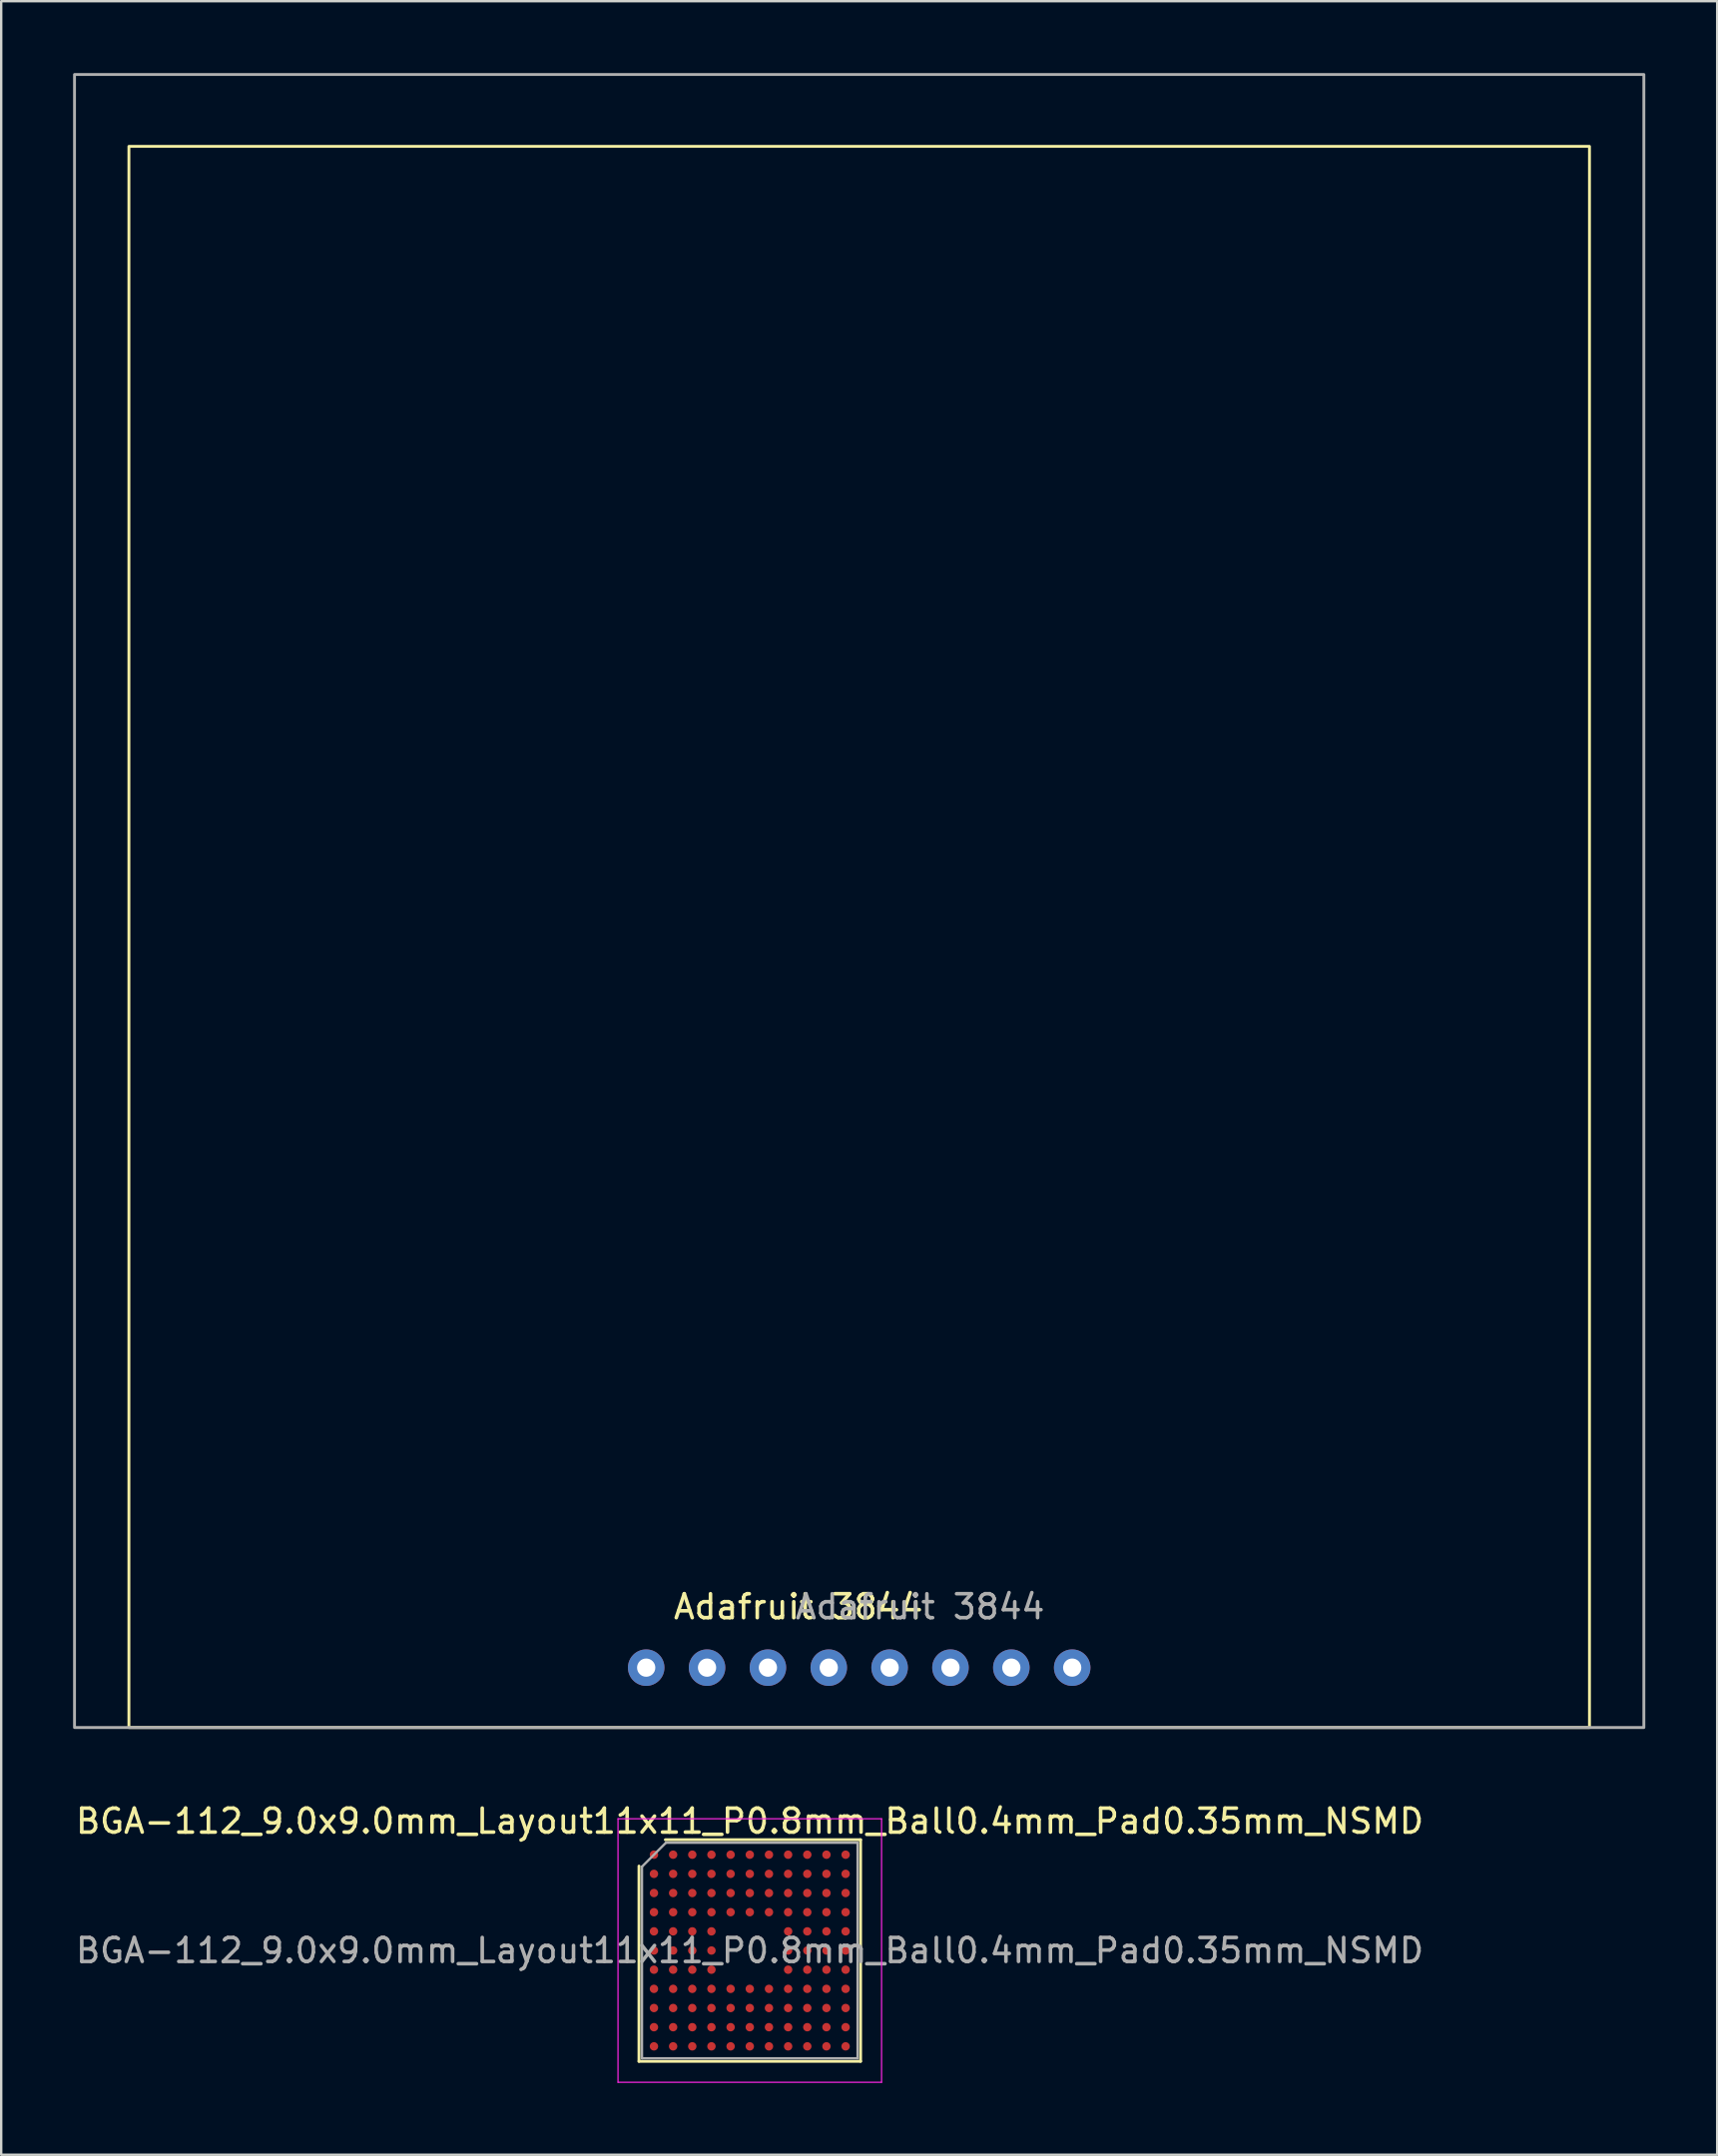
<source format=kicad_pcb>
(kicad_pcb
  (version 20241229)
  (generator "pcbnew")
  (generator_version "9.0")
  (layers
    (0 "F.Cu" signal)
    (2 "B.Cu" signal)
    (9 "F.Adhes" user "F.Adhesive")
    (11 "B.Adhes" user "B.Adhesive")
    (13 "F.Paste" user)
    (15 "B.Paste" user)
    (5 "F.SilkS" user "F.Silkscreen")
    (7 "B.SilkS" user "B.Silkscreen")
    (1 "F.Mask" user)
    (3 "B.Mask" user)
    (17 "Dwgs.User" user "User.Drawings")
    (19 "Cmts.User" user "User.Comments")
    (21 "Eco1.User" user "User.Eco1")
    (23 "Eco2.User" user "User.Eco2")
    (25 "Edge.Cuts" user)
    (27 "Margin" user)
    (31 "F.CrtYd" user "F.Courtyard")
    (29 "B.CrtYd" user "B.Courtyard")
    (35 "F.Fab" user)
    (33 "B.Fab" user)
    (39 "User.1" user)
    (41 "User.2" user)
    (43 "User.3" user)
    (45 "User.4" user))
  (footprint "Adafruit 3844"
    (layer "F.Cu")
    (at 32.81 66.56)
    (property "Reference" "Adafruit 3844" (at -2.54 -2.54 0) (unlocked yes) (layer "F.SilkS") (effects (font (size 1 1) (thickness 0.15))))
    (attr through_hole)
    (fp_rect (start -30.48 -63.5) (end 30.48 2.5) (stroke (width 0.12) (type solid)) (fill no) (layer "F.SilkS"))
    (fp_rect (start -32.75 -66.5) (end 32.75 2.5) (stroke (width 0.12) (type solid)) (fill no) (layer "F.Fab"))
    (fp_text user "${REFERENCE}" (at 2.54 -2.54 0) (unlocked yes) (layer "F.Fab") (effects (font (size 1 1) (thickness 0.15))))
    (pad "1" thru_hole circle (at -8.89 0) (size 1.524 1.524) (drill 0.762) (layers "*.Cu" "*.Mask") (remove_unused_layers yes) (keep_end_layers yes) (zone_layer_connections))
    (pad "2" thru_hole circle (at -6.35 0) (size 1.524 1.524) (drill 0.762) (layers "*.Cu" "*.Mask") (remove_unused_layers yes) (keep_end_layers yes) (zone_layer_connections))
    (pad "3" thru_hole circle (at -3.81 0) (size 1.524 1.524) (drill 0.762) (layers "*.Cu" "*.Mask") (remove_unused_layers yes) (keep_end_layers yes) (zone_layer_connections))
    (pad "4" thru_hole circle (at -1.27 0) (size 1.524 1.524) (drill 0.762) (layers "*.Cu" "*.Mask") (remove_unused_layers yes) (keep_end_layers yes) (zone_layer_connections))
    (pad "5" thru_hole circle (at 1.27 0) (size 1.524 1.524) (drill 0.762) (layers "*.Cu" "*.Mask") (remove_unused_layers yes) (keep_end_layers yes) (zone_layer_connections))
    (pad "6" thru_hole circle (at 3.81 0) (size 1.524 1.524) (drill 0.762) (layers "*.Cu" "*.Mask") (remove_unused_layers yes) (keep_end_layers yes) (zone_layer_connections))
    (pad "7" thru_hole circle (at 6.35 0) (size 1.524 1.524) (drill 0.762) (layers "*.Cu" "*.Mask") (remove_unused_layers yes) (keep_end_layers yes) (zone_layer_connections))
    (pad "8" thru_hole circle (at 8.89 0) (size 1.524 1.524) (drill 0.762) (layers "*.Cu" "*.Mask") (remove_unused_layers yes) (keep_end_layers yes) (zone_layer_connections)))
  (footprint "BGA-112_9.0x9.0mm_Layout11x11_P0.8mm_Ball0.4mm_Pad0.35mm_NSMD"
    (layer "F.Cu")
    (at 28.244 78.368)
    (property "Reference" "BGA-112_9.0x9.0mm_Layout11x11_P0.8mm_Ball0.4mm_Pad0.35mm_NSMD" (at 0 -5.4 0) (layer "F.SilkS") (effects (font (size 1 1) (thickness 0.15))))
    (attr smd)
    (fp_line (start -4.625 -3.525) (end -4.625 4.625) (stroke (width 0.12) (type solid)) (layer "F.SilkS"))
    (fp_line (start -4.625 4.625) (end 4.625 4.625) (stroke (width 0.12) (type solid)) (layer "F.SilkS"))
    (fp_line (start -3.525 -4.625) (end 4.625 -4.625) (stroke (width 0.12) (type solid)) (layer "F.SilkS"))
    (fp_line (start 4.625 -4.625) (end 4.625 4.625) (stroke (width 0.12) (type solid)) (layer "F.SilkS"))
    (fp_line (start -5.5 -5.5) (end -5.5 5.5) (stroke (width 0.05) (type solid)) (layer "F.CrtYd"))
    (fp_line (start -5.5 -5.5) (end 5.5 -5.5) (stroke (width 0.05) (type solid)) (layer "F.CrtYd"))
    (fp_line (start 5.5 -5.5) (end 5.5 5.5) (stroke (width 0.05) (type solid)) (layer "F.CrtYd"))
    (fp_line (start 5.5 5.5) (end -5.5 5.5) (stroke (width 0.05) (type solid)) (layer "F.CrtYd"))
    (fp_line (start -4.5 -3.5) (end -4.5 4.5) (stroke (width 0.1) (type solid)) (layer "F.Fab"))
    (fp_line (start -4.5 4.5) (end 4.5 4.5) (stroke (width 0.1) (type solid)) (layer "F.Fab"))
    (fp_line (start -3.5 -4.5) (end -4.5 -3.5) (stroke (width 0.1) (type solid)) (layer "F.Fab"))
    (fp_line (start -3.5 -4.5) (end 4.5 -4.5) (stroke (width 0.1) (type solid)) (layer "F.Fab"))
    (fp_line (start 4.5 4.5) (end 4.5 -4.5) (stroke (width 0.1) (type solid)) (layer "F.Fab"))
    (fp_text user "${REFERENCE}" (at 0 0 0) (layer "F.Fab") (effects (font (size 1 1) (thickness 0.15))))
    (pad "A1" smd circle (at -4 -4) (size 0.35 0.35) (layers "F.Cu" "F.Mask" "F.Paste"))
    (pad "A2" smd circle (at -3.2 -4) (size 0.35 0.35) (layers "F.Cu" "F.Mask" "F.Paste"))
    (pad "A3" smd circle (at -2.4 -4) (size 0.35 0.35) (layers "F.Cu" "F.Mask" "F.Paste"))
    (pad "A4" smd circle (at -1.6 -4) (size 0.35 0.35) (layers "F.Cu" "F.Mask" "F.Paste"))
    (pad "A5" smd circle (at -0.8 -4) (size 0.35 0.35) (layers "F.Cu" "F.Mask" "F.Paste"))
    (pad "A6" smd circle (at 0 -4) (size 0.35 0.35) (layers "F.Cu" "F.Mask" "F.Paste"))
    (pad "A7" smd circle (at 0.8 -4) (size 0.35 0.35) (layers "F.Cu" "F.Mask" "F.Paste"))
    (pad "A8" smd circle (at 1.6 -4) (size 0.35 0.35) (layers "F.Cu" "F.Mask" "F.Paste"))
    (pad "A9" smd circle (at 2.4 -4) (size 0.35 0.35) (layers "F.Cu" "F.Mask" "F.Paste"))
    (pad "A10" smd circle (at 3.2 -4) (size 0.35 0.35) (layers "F.Cu" "F.Mask" "F.Paste"))
    (pad "A11" smd circle (at 4 -4) (size 0.35 0.35) (layers "F.Cu" "F.Mask" "F.Paste"))
    (pad "B1" smd circle (at -4 -3.2) (size 0.35 0.35) (layers "F.Cu" "F.Mask" "F.Paste"))
    (pad "B2" smd circle (at -3.2 -3.2) (size 0.35 0.35) (layers "F.Cu" "F.Mask" "F.Paste"))
    (pad "B3" smd circle (at -2.4 -3.2) (size 0.35 0.35) (layers "F.Cu" "F.Mask" "F.Paste"))
    (pad "B4" smd circle (at -1.6 -3.2) (size 0.35 0.35) (layers "F.Cu" "F.Mask" "F.Paste"))
    (pad "B5" smd circle (at -0.8 -3.2) (size 0.35 0.35) (layers "F.Cu" "F.Mask" "F.Paste"))
    (pad "B6" smd circle (at 0 -3.2) (size 0.35 0.35) (layers "F.Cu" "F.Mask" "F.Paste"))
    (pad "B7" smd circle (at 0.8 -3.2) (size 0.35 0.35) (layers "F.Cu" "F.Mask" "F.Paste"))
    (pad "B8" smd circle (at 1.6 -3.2) (size 0.35 0.35) (layers "F.Cu" "F.Mask" "F.Paste"))
    (pad "B9" smd circle (at 2.4 -3.2) (size 0.35 0.35) (layers "F.Cu" "F.Mask" "F.Paste"))
    (pad "B10" smd circle (at 3.2 -3.2) (size 0.35 0.35) (layers "F.Cu" "F.Mask" "F.Paste"))
    (pad "B11" smd circle (at 4 -3.2) (size 0.35 0.35) (layers "F.Cu" "F.Mask" "F.Paste"))
    (pad "C1" smd circle (at -4 -2.4) (size 0.35 0.35) (layers "F.Cu" "F.Mask" "F.Paste"))
    (pad "C2" smd circle (at -3.2 -2.4) (size 0.35 0.35) (layers "F.Cu" "F.Mask" "F.Paste"))
    (pad "C3" smd circle (at -2.4 -2.4) (size 0.35 0.35) (layers "F.Cu" "F.Mask" "F.Paste"))
    (pad "C4" smd circle (at -1.6 -2.4) (size 0.35 0.35) (layers "F.Cu" "F.Mask" "F.Paste"))
    (pad "C5" smd circle (at -0.8 -2.4) (size 0.35 0.35) (layers "F.Cu" "F.Mask" "F.Paste"))
    (pad "C6" smd circle (at 0 -2.4) (size 0.35 0.35) (layers "F.Cu" "F.Mask" "F.Paste"))
    (pad "C7" smd circle (at 0.8 -2.4) (size 0.35 0.35) (layers "F.Cu" "F.Mask" "F.Paste"))
    (pad "C8" smd circle (at 1.6 -2.4) (size 0.35 0.35) (layers "F.Cu" "F.Mask" "F.Paste"))
    (pad "C9" smd circle (at 2.4 -2.4) (size 0.35 0.35) (layers "F.Cu" "F.Mask" "F.Paste"))
    (pad "C10" smd circle (at 3.2 -2.4) (size 0.35 0.35) (layers "F.Cu" "F.Mask" "F.Paste"))
    (pad "C11" smd circle (at 4 -2.4) (size 0.35 0.35) (layers "F.Cu" "F.Mask" "F.Paste"))
    (pad "D1" smd circle (at -4 -1.6) (size 0.35 0.35) (layers "F.Cu" "F.Mask" "F.Paste"))
    (pad "D2" smd circle (at -3.2 -1.6) (size 0.35 0.35) (layers "F.Cu" "F.Mask" "F.Paste"))
    (pad "D3" smd circle (at -2.4 -1.6) (size 0.35 0.35) (layers "F.Cu" "F.Mask" "F.Paste"))
    (pad "D4" smd circle (at -1.6 -1.6) (size 0.35 0.35) (layers "F.Cu" "F.Mask" "F.Paste"))
    (pad "D5" smd circle (at -0.8 -1.6) (size 0.35 0.35) (layers "F.Cu" "F.Mask" "F.Paste"))
    (pad "D6" smd circle (at 0 -1.6) (size 0.35 0.35) (layers "F.Cu" "F.Mask" "F.Paste"))
    (pad "D7" smd circle (at 0.8 -1.6) (size 0.35 0.35) (layers "F.Cu" "F.Mask" "F.Paste"))
    (pad "D8" smd circle (at 1.6 -1.6) (size 0.35 0.35) (layers "F.Cu" "F.Mask" "F.Paste"))
    (pad "D9" smd circle (at 2.4 -1.6) (size 0.35 0.35) (layers "F.Cu" "F.Mask" "F.Paste"))
    (pad "D10" smd circle (at 3.2 -1.6) (size 0.35 0.35) (layers "F.Cu" "F.Mask" "F.Paste"))
    (pad "D11" smd circle (at 4 -1.6) (size 0.35 0.35) (layers "F.Cu" "F.Mask" "F.Paste"))
    (pad "E1" smd circle (at -4 -0.8) (size 0.35 0.35) (layers "F.Cu" "F.Mask" "F.Paste"))
    (pad "E2" smd circle (at -3.2 -0.8) (size 0.35 0.35) (layers "F.Cu" "F.Mask" "F.Paste"))
    (pad "E3" smd circle (at -2.4 -0.8) (size 0.35 0.35) (layers "F.Cu" "F.Mask" "F.Paste"))
    (pad "E4" smd circle (at -1.6 -0.8) (size 0.35 0.35) (layers "F.Cu" "F.Mask" "F.Paste"))
    (pad "E8" smd circle (at 1.6 -0.8) (size 0.35 0.35) (layers "F.Cu" "F.Mask" "F.Paste"))
    (pad "E9" smd circle (at 2.4 -0.8) (size 0.35 0.35) (layers "F.Cu" "F.Mask" "F.Paste"))
    (pad "E10" smd circle (at 3.2 -0.8) (size 0.35 0.35) (layers "F.Cu" "F.Mask" "F.Paste"))
    (pad "E11" smd circle (at 4 -0.8) (size 0.35 0.35) (layers "F.Cu" "F.Mask" "F.Paste"))
    (pad "F1" smd circle (at -4 0) (size 0.35 0.35) (layers "F.Cu" "F.Mask" "F.Paste"))
    (pad "F2" smd circle (at -3.2 0) (size 0.35 0.35) (layers "F.Cu" "F.Mask" "F.Paste"))
    (pad "F3" smd circle (at -2.4 0) (size 0.35 0.35) (layers "F.Cu" "F.Mask" "F.Paste"))
    (pad "F4" smd circle (at -1.6 0) (size 0.35 0.35) (layers "F.Cu" "F.Mask" "F.Paste"))
    (pad "F8" smd circle (at 1.6 0) (size 0.35 0.35) (layers "F.Cu" "F.Mask" "F.Paste"))
    (pad "F9" smd circle (at 2.4 0) (size 0.35 0.35) (layers "F.Cu" "F.Mask" "F.Paste"))
    (pad "F10" smd circle (at 3.2 0) (size 0.35 0.35) (layers "F.Cu" "F.Mask" "F.Paste"))
    (pad "F11" smd circle (at 4 0) (size 0.35 0.35) (layers "F.Cu" "F.Mask" "F.Paste"))
    (pad "G1" smd circle (at -4 0.8) (size 0.35 0.35) (layers "F.Cu" "F.Mask" "F.Paste"))
    (pad "G2" smd circle (at -3.2 0.8) (size 0.35 0.35) (layers "F.Cu" "F.Mask" "F.Paste"))
    (pad "G3" smd circle (at -2.4 0.8) (size 0.35 0.35) (layers "F.Cu" "F.Mask" "F.Paste"))
    (pad "G4" smd circle (at -1.6 0.8) (size 0.35 0.35) (layers "F.Cu" "F.Mask" "F.Paste"))
    (pad "G8" smd circle (at 1.6 0.8) (size 0.35 0.35) (layers "F.Cu" "F.Mask" "F.Paste"))
    (pad "G9" smd circle (at 2.4 0.8) (size 0.35 0.35) (layers "F.Cu" "F.Mask" "F.Paste"))
    (pad "G10" smd circle (at 3.2 0.8) (size 0.35 0.35) (layers "F.Cu" "F.Mask" "F.Paste"))
    (pad "G11" smd circle (at 4 0.8) (size 0.35 0.35) (layers "F.Cu" "F.Mask" "F.Paste"))
    (pad "H1" smd circle (at -4 1.6) (size 0.35 0.35) (layers "F.Cu" "F.Mask" "F.Paste"))
    (pad "H2" smd circle (at -3.2 1.6) (size 0.35 0.35) (layers "F.Cu" "F.Mask" "F.Paste"))
    (pad "H3" smd circle (at -2.4 1.6) (size 0.35 0.35) (layers "F.Cu" "F.Mask" "F.Paste"))
    (pad "H4" smd circle (at -1.6 1.6) (size 0.35 0.35) (layers "F.Cu" "F.Mask" "F.Paste"))
    (pad "H5" smd circle (at -0.8 1.6) (size 0.35 0.35) (layers "F.Cu" "F.Mask" "F.Paste"))
    (pad "H6" smd circle (at 0 1.6) (size 0.35 0.35) (layers "F.Cu" "F.Mask" "F.Paste"))
    (pad "H7" smd circle (at 0.8 1.6) (size 0.35 0.35) (layers "F.Cu" "F.Mask" "F.Paste"))
    (pad "H8" smd circle (at 1.6 1.6) (size 0.35 0.35) (layers "F.Cu" "F.Mask" "F.Paste"))
    (pad "H9" smd circle (at 2.4 1.6) (size 0.35 0.35) (layers "F.Cu" "F.Mask" "F.Paste"))
    (pad "H10" smd circle (at 3.2 1.6) (size 0.35 0.35) (layers "F.Cu" "F.Mask" "F.Paste"))
    (pad "H11" smd circle (at 4 1.6) (size 0.35 0.35) (layers "F.Cu" "F.Mask" "F.Paste"))
    (pad "J1" smd circle (at -4 2.4) (size 0.35 0.35) (layers "F.Cu" "F.Mask" "F.Paste"))
    (pad "J2" smd circle (at -3.2 2.4) (size 0.35 0.35) (layers "F.Cu" "F.Mask" "F.Paste"))
    (pad "J3" smd circle (at -2.4 2.4) (size 0.35 0.35) (layers "F.Cu" "F.Mask" "F.Paste"))
    (pad "J4" smd circle (at -1.6 2.4) (size 0.35 0.35) (layers "F.Cu" "F.Mask" "F.Paste"))
    (pad "J5" smd circle (at -0.8 2.4) (size 0.35 0.35) (layers "F.Cu" "F.Mask" "F.Paste"))
    (pad "J6" smd circle (at 0 2.4) (size 0.35 0.35) (layers "F.Cu" "F.Mask" "F.Paste"))
    (pad "J7" smd circle (at 0.8 2.4) (size 0.35 0.35) (layers "F.Cu" "F.Mask" "F.Paste"))
    (pad "J8" smd circle (at 1.6 2.4) (size 0.35 0.35) (layers "F.Cu" "F.Mask" "F.Paste"))
    (pad "J9" smd circle (at 2.4 2.4) (size 0.35 0.35) (layers "F.Cu" "F.Mask" "F.Paste"))
    (pad "J10" smd circle (at 3.2 2.4) (size 0.35 0.35) (layers "F.Cu" "F.Mask" "F.Paste"))
    (pad "J11" smd circle (at 4 2.4) (size 0.35 0.35) (layers "F.Cu" "F.Mask" "F.Paste"))
    (pad "K1" smd circle (at -4 3.2) (size 0.35 0.35) (layers "F.Cu" "F.Mask" "F.Paste"))
    (pad "K2" smd circle (at -3.2 3.2) (size 0.35 0.35) (layers "F.Cu" "F.Mask" "F.Paste"))
    (pad "K3" smd circle (at -2.4 3.2) (size 0.35 0.35) (layers "F.Cu" "F.Mask" "F.Paste"))
    (pad "K4" smd circle (at -1.6 3.2) (size 0.35 0.35) (layers "F.Cu" "F.Mask" "F.Paste"))
    (pad "K5" smd circle (at -0.8 3.2) (size 0.35 0.35) (layers "F.Cu" "F.Mask" "F.Paste"))
    (pad "K6" smd circle (at 0 3.2) (size 0.35 0.35) (layers "F.Cu" "F.Mask" "F.Paste"))
    (pad "K7" smd circle (at 0.8 3.2) (size 0.35 0.35) (layers "F.Cu" "F.Mask" "F.Paste"))
    (pad "K8" smd circle (at 1.6 3.2) (size 0.35 0.35) (layers "F.Cu" "F.Mask" "F.Paste"))
    (pad "K9" smd circle (at 2.4 3.2) (size 0.35 0.35) (layers "F.Cu" "F.Mask" "F.Paste"))
    (pad "K10" smd circle (at 3.2 3.2) (size 0.35 0.35) (layers "F.Cu" "F.Mask" "F.Paste"))
    (pad "K11" smd circle (at 4 3.2) (size 0.35 0.35) (layers "F.Cu" "F.Mask" "F.Paste"))
    (pad "L1" smd circle (at -4 4) (size 0.35 0.35) (layers "F.Cu" "F.Mask" "F.Paste"))
    (pad "L2" smd circle (at -3.2 4) (size 0.35 0.35) (layers "F.Cu" "F.Mask" "F.Paste"))
    (pad "L3" smd circle (at -2.4 4) (size 0.35 0.35) (layers "F.Cu" "F.Mask" "F.Paste"))
    (pad "L4" smd circle (at -1.6 4) (size 0.35 0.35) (layers "F.Cu" "F.Mask" "F.Paste"))
    (pad "L5" smd circle (at -0.8 4) (size 0.35 0.35) (layers "F.Cu" "F.Mask" "F.Paste"))
    (pad "L6" smd circle (at 0 4) (size 0.35 0.35) (layers "F.Cu" "F.Mask" "F.Paste"))
    (pad "L7" smd circle (at 0.8 4) (size 0.35 0.35) (layers "F.Cu" "F.Mask" "F.Paste"))
    (pad "L8" smd circle (at 1.6 4) (size 0.35 0.35) (layers "F.Cu" "F.Mask" "F.Paste"))
    (pad "L9" smd circle (at 2.4 4) (size 0.35 0.35) (layers "F.Cu" "F.Mask" "F.Paste"))
    (pad "L10" smd circle (at 3.2 4) (size 0.35 0.35) (layers "F.Cu" "F.Mask" "F.Paste"))
    (pad "L11" smd circle (at 4 4) (size 0.35 0.35) (layers "F.Cu" "F.Mask" "F.Paste")))
  (gr_rect
    (start -3 -3)
    (end 68.62 86.893)
    (stroke (width 0.1) (type default))
    (fill no)
    (layer "Edge.Cuts")))
</source>
